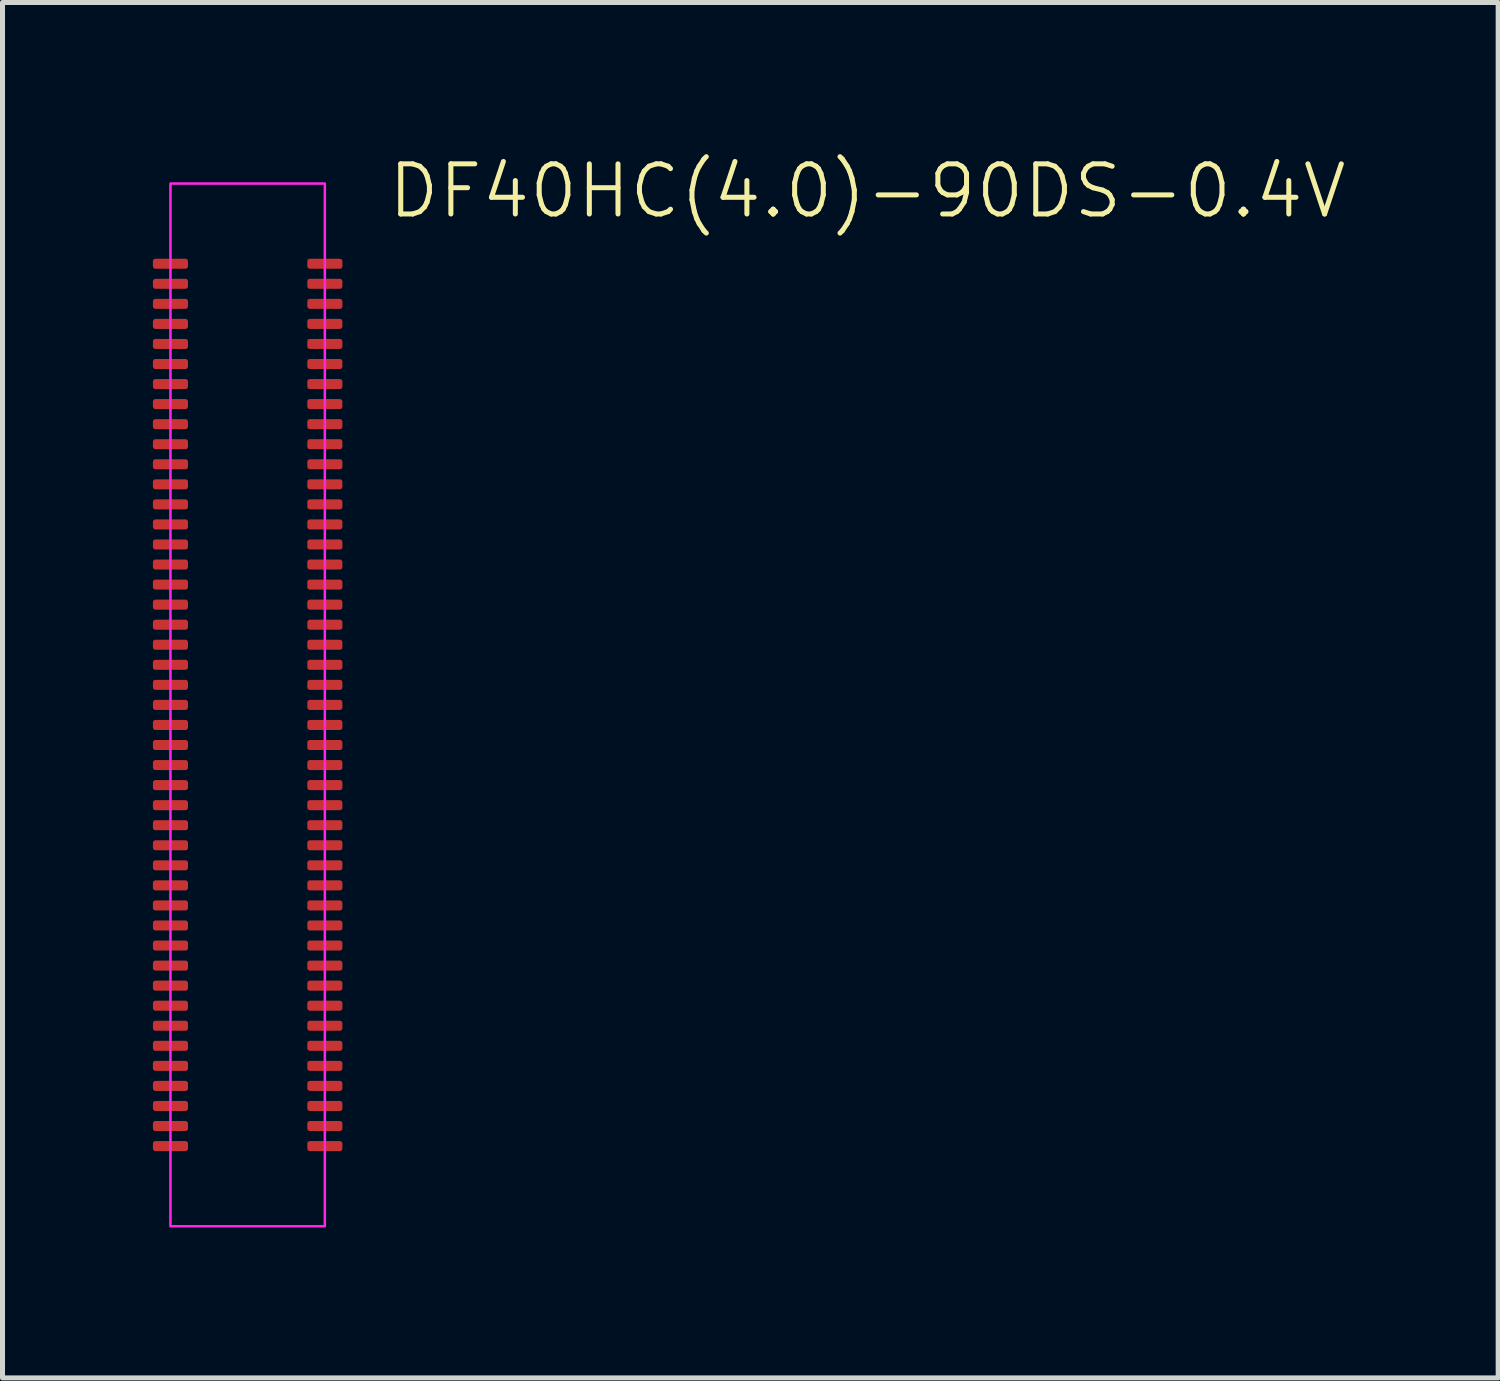
<source format=kicad_pcb>
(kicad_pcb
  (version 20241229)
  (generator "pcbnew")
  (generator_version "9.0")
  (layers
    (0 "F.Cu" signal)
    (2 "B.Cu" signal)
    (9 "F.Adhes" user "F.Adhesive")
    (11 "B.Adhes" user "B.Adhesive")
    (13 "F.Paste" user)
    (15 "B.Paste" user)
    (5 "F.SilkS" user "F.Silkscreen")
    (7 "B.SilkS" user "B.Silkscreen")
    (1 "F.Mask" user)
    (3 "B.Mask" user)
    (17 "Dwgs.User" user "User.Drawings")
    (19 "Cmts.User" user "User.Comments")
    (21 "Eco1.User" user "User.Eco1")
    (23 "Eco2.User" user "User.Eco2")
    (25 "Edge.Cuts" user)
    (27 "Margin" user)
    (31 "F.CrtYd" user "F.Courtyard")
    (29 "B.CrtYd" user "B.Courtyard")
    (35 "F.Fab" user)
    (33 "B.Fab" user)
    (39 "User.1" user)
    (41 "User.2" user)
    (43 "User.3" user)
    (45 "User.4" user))
  (footprint "DF40HC(4.0)-90DS-0.4V"
    (layer "F.Cu")
    (at 1.89 11.011)
    (property "Reference" "DF40HC(4.0)-90DS-0.4V" (at 2.75 -10.25 0) (unlocked yes) (layer "F.SilkS") (effects (font (size 1 1) (thickness 0.1)) (justify left)))
    (attr smd)
    (fp_rect (start -1.54 -10.4) (end 1.54 10.4) (stroke (width 0.05) (type default)) (fill no) (layer "F.CrtYd"))
    (pad "1" smd roundrect (at 1.54 -8.8 90) (size 0.2 0.7) (layers "F.Cu" "F.Mask" "F.Paste") (roundrect_rratio 0.25))
    (pad "2" smd roundrect (at 1.54 -8.4 90) (size 0.2 0.7) (layers "F.Cu" "F.Mask" "F.Paste") (roundrect_rratio 0.25))
    (pad "3" smd roundrect (at 1.54 -8 90) (size 0.2 0.7) (layers "F.Cu" "F.Mask" "F.Paste") (roundrect_rratio 0.25))
    (pad "4" smd roundrect (at 1.54 -7.6 90) (size 0.2 0.7) (layers "F.Cu" "F.Mask" "F.Paste") (roundrect_rratio 0.25))
    (pad "5" smd roundrect (at 1.54 -7.2 90) (size 0.2 0.7) (layers "F.Cu" "F.Mask" "F.Paste") (roundrect_rratio 0.25))
    (pad "6" smd roundrect (at 1.54 -6.8 90) (size 0.2 0.7) (layers "F.Cu" "F.Mask" "F.Paste") (roundrect_rratio 0.25))
    (pad "7" smd roundrect (at 1.54 -6.4 90) (size 0.2 0.7) (layers "F.Cu" "F.Mask" "F.Paste") (roundrect_rratio 0.25))
    (pad "8" smd roundrect (at 1.54 -6 90) (size 0.2 0.7) (layers "F.Cu" "F.Mask" "F.Paste") (roundrect_rratio 0.25))
    (pad "9" smd roundrect (at 1.54 -5.6 90) (size 0.2 0.7) (layers "F.Cu" "F.Mask" "F.Paste") (roundrect_rratio 0.25))
    (pad "10" smd roundrect (at 1.54 -5.2 90) (size 0.2 0.7) (layers "F.Cu" "F.Mask" "F.Paste") (roundrect_rratio 0.25))
    (pad "11" smd roundrect (at 1.54 -4.8 90) (size 0.2 0.7) (layers "F.Cu" "F.Mask" "F.Paste") (roundrect_rratio 0.25))
    (pad "12" smd roundrect (at 1.54 -4.4 90) (size 0.2 0.7) (layers "F.Cu" "F.Mask" "F.Paste") (roundrect_rratio 0.25))
    (pad "13" smd roundrect (at 1.54 -4 90) (size 0.2 0.7) (layers "F.Cu" "F.Mask" "F.Paste") (roundrect_rratio 0.25))
    (pad "14" smd roundrect (at 1.54 -3.6 90) (size 0.2 0.7) (layers "F.Cu" "F.Mask" "F.Paste") (roundrect_rratio 0.25))
    (pad "15" smd roundrect (at 1.54 -3.2 90) (size 0.2 0.7) (layers "F.Cu" "F.Mask" "F.Paste") (roundrect_rratio 0.25))
    (pad "16" smd roundrect (at 1.54 -2.8 90) (size 0.2 0.7) (layers "F.Cu" "F.Mask" "F.Paste") (roundrect_rratio 0.25))
    (pad "17" smd roundrect (at 1.54 -2.4 90) (size 0.2 0.7) (layers "F.Cu" "F.Mask" "F.Paste") (roundrect_rratio 0.25))
    (pad "18" smd roundrect (at 1.54 -2 90) (size 0.2 0.7) (layers "F.Cu" "F.Mask" "F.Paste") (roundrect_rratio 0.25))
    (pad "19" smd roundrect (at 1.54 -1.6 90) (size 0.2 0.7) (layers "F.Cu" "F.Mask" "F.Paste") (roundrect_rratio 0.25))
    (pad "20" smd roundrect (at 1.54 -1.2 90) (size 0.2 0.7) (layers "F.Cu" "F.Mask" "F.Paste") (roundrect_rratio 0.25))
    (pad "21" smd roundrect (at 1.54 -0.8 90) (size 0.2 0.7) (layers "F.Cu" "F.Mask" "F.Paste") (roundrect_rratio 0.25))
    (pad "22" smd roundrect (at 1.54 -0.4 90) (size 0.2 0.7) (layers "F.Cu" "F.Mask" "F.Paste") (roundrect_rratio 0.25))
    (pad "23" smd roundrect (at 1.54 0 90) (size 0.2 0.7) (layers "F.Cu" "F.Mask" "F.Paste") (roundrect_rratio 0.25))
    (pad "24" smd roundrect (at 1.54 0.4 90) (size 0.2 0.7) (layers "F.Cu" "F.Mask" "F.Paste") (roundrect_rratio 0.25))
    (pad "25" smd roundrect (at 1.54 0.8 90) (size 0.2 0.7) (layers "F.Cu" "F.Mask" "F.Paste") (roundrect_rratio 0.25))
    (pad "26" smd roundrect (at 1.54 1.2 90) (size 0.2 0.7) (layers "F.Cu" "F.Mask" "F.Paste") (roundrect_rratio 0.25))
    (pad "27" smd roundrect (at 1.54 1.6 90) (size 0.2 0.7) (layers "F.Cu" "F.Mask" "F.Paste") (roundrect_rratio 0.25))
    (pad "28" smd roundrect (at 1.54 2 90) (size 0.2 0.7) (layers "F.Cu" "F.Mask" "F.Paste") (roundrect_rratio 0.25))
    (pad "29" smd roundrect (at 1.54 2.4 90) (size 0.2 0.7) (layers "F.Cu" "F.Mask" "F.Paste") (roundrect_rratio 0.25))
    (pad "30" smd roundrect (at 1.54 2.8 90) (size 0.2 0.7) (layers "F.Cu" "F.Mask" "F.Paste") (roundrect_rratio 0.25))
    (pad "31" smd roundrect (at 1.54 3.2 90) (size 0.2 0.7) (layers "F.Cu" "F.Mask" "F.Paste") (roundrect_rratio 0.25))
    (pad "32" smd roundrect (at 1.54 3.6 90) (size 0.2 0.7) (layers "F.Cu" "F.Mask" "F.Paste") (roundrect_rratio 0.25))
    (pad "33" smd roundrect (at 1.54 4 90) (size 0.2 0.7) (layers "F.Cu" "F.Mask" "F.Paste") (roundrect_rratio 0.25))
    (pad "34" smd roundrect (at 1.54 4.4 90) (size 0.2 0.7) (layers "F.Cu" "F.Mask" "F.Paste") (roundrect_rratio 0.25))
    (pad "35" smd roundrect (at 1.54 4.8 90) (size 0.2 0.7) (layers "F.Cu" "F.Mask" "F.Paste") (roundrect_rratio 0.25))
    (pad "36" smd roundrect (at 1.54 5.2 90) (size 0.2 0.7) (layers "F.Cu" "F.Mask" "F.Paste") (roundrect_rratio 0.25))
    (pad "37" smd roundrect (at 1.54 5.6 90) (size 0.2 0.7) (layers "F.Cu" "F.Mask" "F.Paste") (roundrect_rratio 0.25))
    (pad "38" smd roundrect (at 1.54 6 90) (size 0.2 0.7) (layers "F.Cu" "F.Mask" "F.Paste") (roundrect_rratio 0.25))
    (pad "39" smd roundrect (at 1.54 6.4 90) (size 0.2 0.7) (layers "F.Cu" "F.Mask" "F.Paste") (roundrect_rratio 0.25))
    (pad "40" smd roundrect (at 1.54 6.8 90) (size 0.2 0.7) (layers "F.Cu" "F.Mask" "F.Paste") (roundrect_rratio 0.25))
    (pad "41" smd roundrect (at 1.54 7.2 90) (size 0.2 0.7) (layers "F.Cu" "F.Mask" "F.Paste") (roundrect_rratio 0.25))
    (pad "42" smd roundrect (at 1.54 7.6 90) (size 0.2 0.7) (layers "F.Cu" "F.Mask" "F.Paste") (roundrect_rratio 0.25))
    (pad "43" smd roundrect (at 1.54 8 90) (size 0.2 0.7) (layers "F.Cu" "F.Mask" "F.Paste") (roundrect_rratio 0.25))
    (pad "44" smd roundrect (at 1.54 8.4 90) (size 0.2 0.7) (layers "F.Cu" "F.Mask" "F.Paste") (roundrect_rratio 0.25))
    (pad "45" smd roundrect (at 1.54 8.8 90) (size 0.2 0.7) (layers "F.Cu" "F.Mask" "F.Paste") (roundrect_rratio 0.25))
    (pad "46" smd roundrect (at -1.54 8.8 90) (size 0.2 0.7) (layers "F.Cu" "F.Mask" "F.Paste") (roundrect_rratio 0.25))
    (pad "47" smd roundrect (at -1.54 8.4 90) (size 0.2 0.7) (layers "F.Cu" "F.Mask" "F.Paste") (roundrect_rratio 0.25))
    (pad "48" smd roundrect (at -1.54 8 90) (size 0.2 0.7) (layers "F.Cu" "F.Mask" "F.Paste") (roundrect_rratio 0.25))
    (pad "49" smd roundrect (at -1.54 7.6 90) (size 0.2 0.7) (layers "F.Cu" "F.Mask" "F.Paste") (roundrect_rratio 0.25))
    (pad "50" smd roundrect (at -1.54 7.2 90) (size 0.2 0.7) (layers "F.Cu" "F.Mask" "F.Paste") (roundrect_rratio 0.25))
    (pad "51" smd roundrect (at -1.54 6.8 90) (size 0.2 0.7) (layers "F.Cu" "F.Mask" "F.Paste") (roundrect_rratio 0.25))
    (pad "52" smd roundrect (at -1.54 6.4 90) (size 0.2 0.7) (layers "F.Cu" "F.Mask" "F.Paste") (roundrect_rratio 0.25))
    (pad "53" smd roundrect (at -1.54 6 90) (size 0.2 0.7) (layers "F.Cu" "F.Mask" "F.Paste") (roundrect_rratio 0.25))
    (pad "54" smd roundrect (at -1.54 5.6 90) (size 0.2 0.7) (layers "F.Cu" "F.Mask" "F.Paste") (roundrect_rratio 0.25))
    (pad "55" smd roundrect (at -1.54 5.2 90) (size 0.2 0.7) (layers "F.Cu" "F.Mask" "F.Paste") (roundrect_rratio 0.25))
    (pad "56" smd roundrect (at -1.54 4.8 90) (size 0.2 0.7) (layers "F.Cu" "F.Mask" "F.Paste") (roundrect_rratio 0.25))
    (pad "57" smd roundrect (at -1.54 4.4 90) (size 0.2 0.7) (layers "F.Cu" "F.Mask" "F.Paste") (roundrect_rratio 0.25))
    (pad "58" smd roundrect (at -1.54 4 90) (size 0.2 0.7) (layers "F.Cu" "F.Mask" "F.Paste") (roundrect_rratio 0.25))
    (pad "59" smd roundrect (at -1.54 3.6 90) (size 0.2 0.7) (layers "F.Cu" "F.Mask" "F.Paste") (roundrect_rratio 0.25))
    (pad "60" smd roundrect (at -1.54 3.2 90) (size 0.2 0.7) (layers "F.Cu" "F.Mask" "F.Paste") (roundrect_rratio 0.25))
    (pad "61" smd roundrect (at -1.54 2.8 90) (size 0.2 0.7) (layers "F.Cu" "F.Mask" "F.Paste") (roundrect_rratio 0.25))
    (pad "62" smd roundrect (at -1.54 2.4 90) (size 0.2 0.7) (layers "F.Cu" "F.Mask" "F.Paste") (roundrect_rratio 0.25))
    (pad "63" smd roundrect (at -1.54 2 90) (size 0.2 0.7) (layers "F.Cu" "F.Mask" "F.Paste") (roundrect_rratio 0.25))
    (pad "64" smd roundrect (at -1.54 1.6 90) (size 0.2 0.7) (layers "F.Cu" "F.Mask" "F.Paste") (roundrect_rratio 0.25))
    (pad "65" smd roundrect (at -1.54 1.2 90) (size 0.2 0.7) (layers "F.Cu" "F.Mask" "F.Paste") (roundrect_rratio 0.25))
    (pad "66" smd roundrect (at -1.54 0.8 90) (size 0.2 0.7) (layers "F.Cu" "F.Mask" "F.Paste") (roundrect_rratio 0.25))
    (pad "67" smd roundrect (at -1.54 0.4 90) (size 0.2 0.7) (layers "F.Cu" "F.Mask" "F.Paste") (roundrect_rratio 0.25))
    (pad "68" smd roundrect (at -1.54 0 90) (size 0.2 0.7) (layers "F.Cu" "F.Mask" "F.Paste") (roundrect_rratio 0.25))
    (pad "69" smd roundrect (at -1.54 -0.4 90) (size 0.2 0.7) (layers "F.Cu" "F.Mask" "F.Paste") (roundrect_rratio 0.25))
    (pad "70" smd roundrect (at -1.54 -0.8 90) (size 0.2 0.7) (layers "F.Cu" "F.Mask" "F.Paste") (roundrect_rratio 0.25))
    (pad "71" smd roundrect (at -1.54 -1.2 90) (size 0.2 0.7) (layers "F.Cu" "F.Mask" "F.Paste") (roundrect_rratio 0.25))
    (pad "72" smd roundrect (at -1.54 -1.6 90) (size 0.2 0.7) (layers "F.Cu" "F.Mask" "F.Paste") (roundrect_rratio 0.25))
    (pad "73" smd roundrect (at -1.54 -2 90) (size 0.2 0.7) (layers "F.Cu" "F.Mask" "F.Paste") (roundrect_rratio 0.25))
    (pad "74" smd roundrect (at -1.54 -2.4 90) (size 0.2 0.7) (layers "F.Cu" "F.Mask" "F.Paste") (roundrect_rratio 0.25))
    (pad "75" smd roundrect (at -1.54 -2.8 90) (size 0.2 0.7) (layers "F.Cu" "F.Mask" "F.Paste") (roundrect_rratio 0.25))
    (pad "76" smd roundrect (at -1.54 -3.2 90) (size 0.2 0.7) (layers "F.Cu" "F.Mask" "F.Paste") (roundrect_rratio 0.25))
    (pad "77" smd roundrect (at -1.54 -3.6 90) (size 0.2 0.7) (layers "F.Cu" "F.Mask" "F.Paste") (roundrect_rratio 0.25))
    (pad "78" smd roundrect (at -1.54 -4 90) (size 0.2 0.7) (layers "F.Cu" "F.Mask" "F.Paste") (roundrect_rratio 0.25))
    (pad "79" smd roundrect (at -1.54 -4.4 90) (size 0.2 0.7) (layers "F.Cu" "F.Mask" "F.Paste") (roundrect_rratio 0.25))
    (pad "80" smd roundrect (at -1.54 -4.8 90) (size 0.2 0.7) (layers "F.Cu" "F.Mask" "F.Paste") (roundrect_rratio 0.25))
    (pad "81" smd roundrect (at -1.54 -5.2 90) (size 0.2 0.7) (layers "F.Cu" "F.Mask" "F.Paste") (roundrect_rratio 0.25))
    (pad "82" smd roundrect (at -1.54 -5.6 90) (size 0.2 0.7) (layers "F.Cu" "F.Mask" "F.Paste") (roundrect_rratio 0.25))
    (pad "83" smd roundrect (at -1.54 -6 90) (size 0.2 0.7) (layers "F.Cu" "F.Mask" "F.Paste") (roundrect_rratio 0.25))
    (pad "84" smd roundrect (at -1.54 -6.4 90) (size 0.2 0.7) (layers "F.Cu" "F.Mask" "F.Paste") (roundrect_rratio 0.25))
    (pad "85" smd roundrect (at -1.54 -6.8 90) (size 0.2 0.7) (layers "F.Cu" "F.Mask" "F.Paste") (roundrect_rratio 0.25))
    (pad "86" smd roundrect (at -1.54 -7.2 90) (size 0.2 0.7) (layers "F.Cu" "F.Mask" "F.Paste") (roundrect_rratio 0.25))
    (pad "87" smd roundrect (at -1.54 -7.6 90) (size 0.2 0.7) (layers "F.Cu" "F.Mask" "F.Paste") (roundrect_rratio 0.25))
    (pad "88" smd roundrect (at -1.54 -8 90) (size 0.2 0.7) (layers "F.Cu" "F.Mask" "F.Paste") (roundrect_rratio 0.25))
    (pad "89" smd roundrect (at -1.54 -8.4 90) (size 0.2 0.7) (layers "F.Cu" "F.Mask" "F.Paste") (roundrect_rratio 0.25))
    (pad "90" smd roundrect (at -1.54 -8.8 90) (size 0.2 0.7) (layers "F.Cu" "F.Mask" "F.Paste") (roundrect_rratio 0.25))
    (zone (net_name "") (layer "F.Mask") (name "mask_keepout") (hatch edge 0.5) (connect_pads) (min_thickness 0.25) (filled_areas_thickness no) (keepout (tracks not_allowed) (vias not_allowed) (pads not_allowed) (copperpour not_allowed) (footprints allowed)) (placement (enabled no)) (fill) (polygon (pts (xy 1.43 19.91) (xy 0.7 19.91) (xy 0.7 2.111) (xy 1.43 2.111))))
    (zone (net_name "") (layer "F.Mask") (name "mask_keepout") (hatch edge 0.5) (connect_pads) (min_thickness 0.25) (filled_areas_thickness no) (keepout (tracks not_allowed) (vias not_allowed) (pads not_allowed) (copperpour not_allowed) (footprints allowed)) (placement (enabled no)) (fill) (polygon (pts (xy 2.35 19.91) (xy 3.08 19.91) (xy 3.08 2.111) (xy 2.35 2.111)))))
  (gr_rect
    (start -3 -3)
    (end 26.835 24.436)
    (stroke (width 0.1) (type default))
    (fill no)
    (layer "Edge.Cuts")))
</source>
